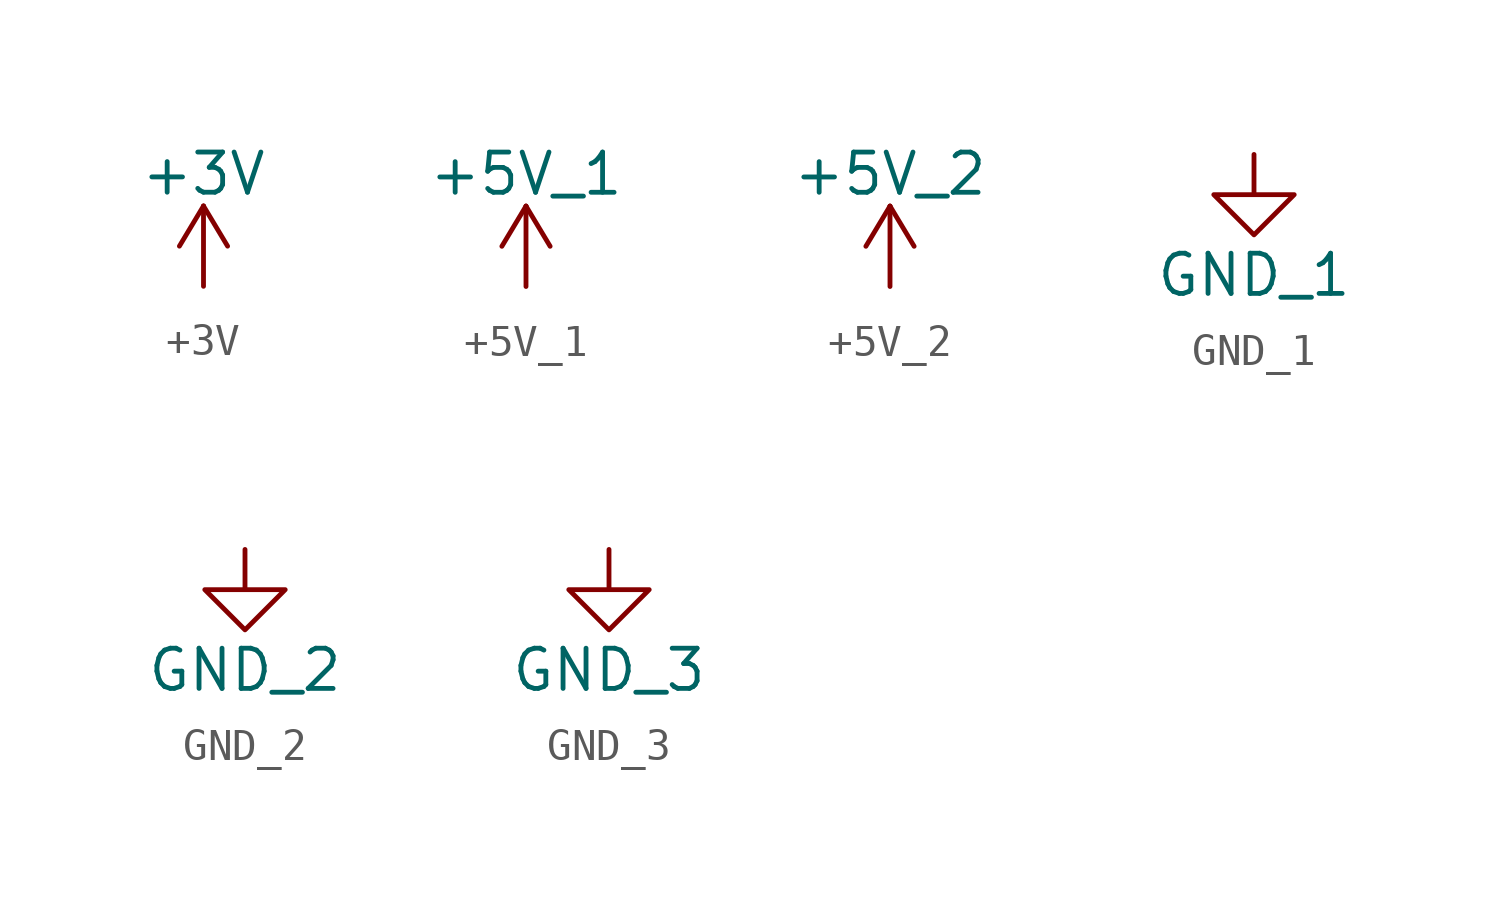
<source format=kicad_sym>
(kicad_symbol_lib
  (version 20220914)
  (generator kicad_symbol_editor)
  (symbol "+3V"
    (power)
    (pin_names
      (offset 0))
    (property "Reference" "#PWR"
      (at 0 -3.81 0)
      (effects (font (size 1.27 1.27)) hide))
    (property "Value" "+3V"
      (at 0 3.556 0)
      (effects (font (size 1.27 1.27))))
    (property "Footprint" ""
      (at 0 0 0)
      (effects (font (size 1.27 1.27))))
    (property "Datasheet" ""
      (at 0 0 0)
      (effects (font (size 1.27 1.27))))
    (symbol "+3V_0_1"
      (polyline (pts (xy -0.762 1.27) (xy 0 2.54)) (stroke (width 0) (type solid)) (fill (type none)))
      (polyline (pts (xy 0 0) (xy 0 2.54)) (stroke (width 0) (type solid)) (fill (type none)))
      (polyline (pts (xy 0 2.54) (xy 0.762 1.27)) (stroke (width 0) (type solid)) (fill (type none))))
    (symbol "+3V_1_1"
      (pin power_in line (at 0 0 90) (length 0) hide (name "+3V" (effects (font (size 1.27 1.27)))) (number "1" (effects (font (size 1.27 1.27)))))))
  (symbol "+5V_1"
    (power)
    (pin_names
      (offset 0))
    (property "Reference" "#PWR"
      (at 0 -3.81 0)
      (effects (font (size 1.27 1.27)) hide))
    (property "Value" "+5V_1"
      (at 0 3.556 0)
      (effects (font (size 1.27 1.27))))
    (property "Footprint" ""
      (at 0 0 0)
      (effects (font (size 1.27 1.27))))
    (property "Datasheet" ""
      (at 0 0 0)
      (effects (font (size 1.27 1.27))))
    (symbol "+5V_1_0_1"
      (polyline (pts (xy -0.762 1.27) (xy 0 2.54)) (stroke (width 0) (type solid)) (fill (type none)))
      (polyline (pts (xy 0 0) (xy 0 2.54)) (stroke (width 0) (type solid)) (fill (type none)))
      (polyline (pts (xy 0 2.54) (xy 0.762 1.27)) (stroke (width 0) (type solid)) (fill (type none))))
    (symbol "+5V_1_1_1"
      (pin power_in line (at 0 0 90) (length 0) hide (name "+5V_1" (effects (font (size 1.27 1.27)))) (number "1" (effects (font (size 1.27 1.27)))))))
  (symbol "+5V_2"
    (power)
    (pin_names
      (offset 0))
    (property "Reference" "#PWR"
      (at 0 -3.81 0)
      (effects (font (size 1.27 1.27)) hide))
    (property "Value" "+5V_2"
      (at 0 3.556 0)
      (effects (font (size 1.27 1.27))))
    (property "Footprint" ""
      (at 0 0 0)
      (effects (font (size 1.27 1.27))))
    (property "Datasheet" ""
      (at 0 0 0)
      (effects (font (size 1.27 1.27))))
    (symbol "+5V_2_0_1"
      (polyline (pts (xy -0.762 1.27) (xy 0 2.54)) (stroke (width 0) (type solid)) (fill (type none)))
      (polyline (pts (xy 0 0) (xy 0 2.54)) (stroke (width 0) (type solid)) (fill (type none)))
      (polyline (pts (xy 0 2.54) (xy 0.762 1.27)) (stroke (width 0) (type solid)) (fill (type none))))
    (symbol "+5V_2_1_1"
      (pin power_in line (at 0 0 90) (length 0) hide (name "+5V_2" (effects (font (size 1.27 1.27)))) (number "1" (effects (font (size 1.27 1.27)))))))
  (symbol "GND_1"
    (power)
    (pin_names
      (offset 0))
    (property "Reference" "#PWR"
      (at 0 -6.35 0)
      (effects (font (size 1.27 1.27)) hide))
    (property "Value" "GND_1"
      (at 0 -3.81 0)
      (effects (font (size 1.27 1.27))))
    (property "Footprint" ""
      (at 0 0 0)
      (effects (font (size 1.27 1.27))))
    (property "Datasheet" ""
      (at 0 0 0)
      (effects (font (size 1.27 1.27))))
    (symbol "GND_1_0_1"
      (polyline (pts (xy 0 0) (xy 0 -1.27) (xy 1.27 -1.27) (xy 0 -2.54) (xy -1.27 -1.27) (xy 0 -1.27)) (stroke (width 0) (type solid)) (fill (type none))))
    (symbol "GND_1_1_1"
      (pin power_in line (at 0 0 270) (length 0) hide (name "GND_1" (effects (font (size 1.27 1.27)))) (number "1" (effects (font (size 1.27 1.27)))))))
  (symbol "GND_2"
    (power)
    (pin_names
      (offset 0))
    (property "Reference" "#PWR"
      (at 0 -6.35 0)
      (effects (font (size 1.27 1.27)) hide))
    (property "Value" "GND_2"
      (at 0 -3.81 0)
      (effects (font (size 1.27 1.27))))
    (property "Footprint" ""
      (at 0 0 0)
      (effects (font (size 1.27 1.27))))
    (property "Datasheet" ""
      (at 0 0 0)
      (effects (font (size 1.27 1.27))))
    (symbol "GND_2_0_1"
      (polyline (pts (xy 0 0) (xy 0 -1.27) (xy 1.27 -1.27) (xy 0 -2.54) (xy -1.27 -1.27) (xy 0 -1.27)) (stroke (width 0) (type solid)) (fill (type none))))
    (symbol "GND_2_1_1"
      (pin power_in line (at 0 0 270) (length 0) hide (name "GND_2" (effects (font (size 1.27 1.27)))) (number "1" (effects (font (size 1.27 1.27)))))))
  (symbol "GND_3"
    (power)
    (pin_names
      (offset 0))
    (property "Reference" "#PWR"
      (at 0 -6.35 0)
      (effects (font (size 1.27 1.27)) hide))
    (property "Value" "GND_3"
      (at 0 -3.81 0)
      (effects (font (size 1.27 1.27))))
    (property "Footprint" ""
      (at 0 0 0)
      (effects (font (size 1.27 1.27))))
    (property "Datasheet" ""
      (at 0 0 0)
      (effects (font (size 1.27 1.27))))
    (symbol "GND_3_0_1"
      (polyline (pts (xy 0 0) (xy 0 -1.27) (xy 1.27 -1.27) (xy 0 -2.54) (xy -1.27 -1.27) (xy 0 -1.27)) (stroke (width 0) (type solid)) (fill (type none))))
    (symbol "GND_3_1_1"
      (pin power_in line (at 0 0 270) (length 0) hide (name "GND_3" (effects (font (size 1.27 1.27)))) (number "1" (effects (font (size 1.27 1.27))))))))
</source>
